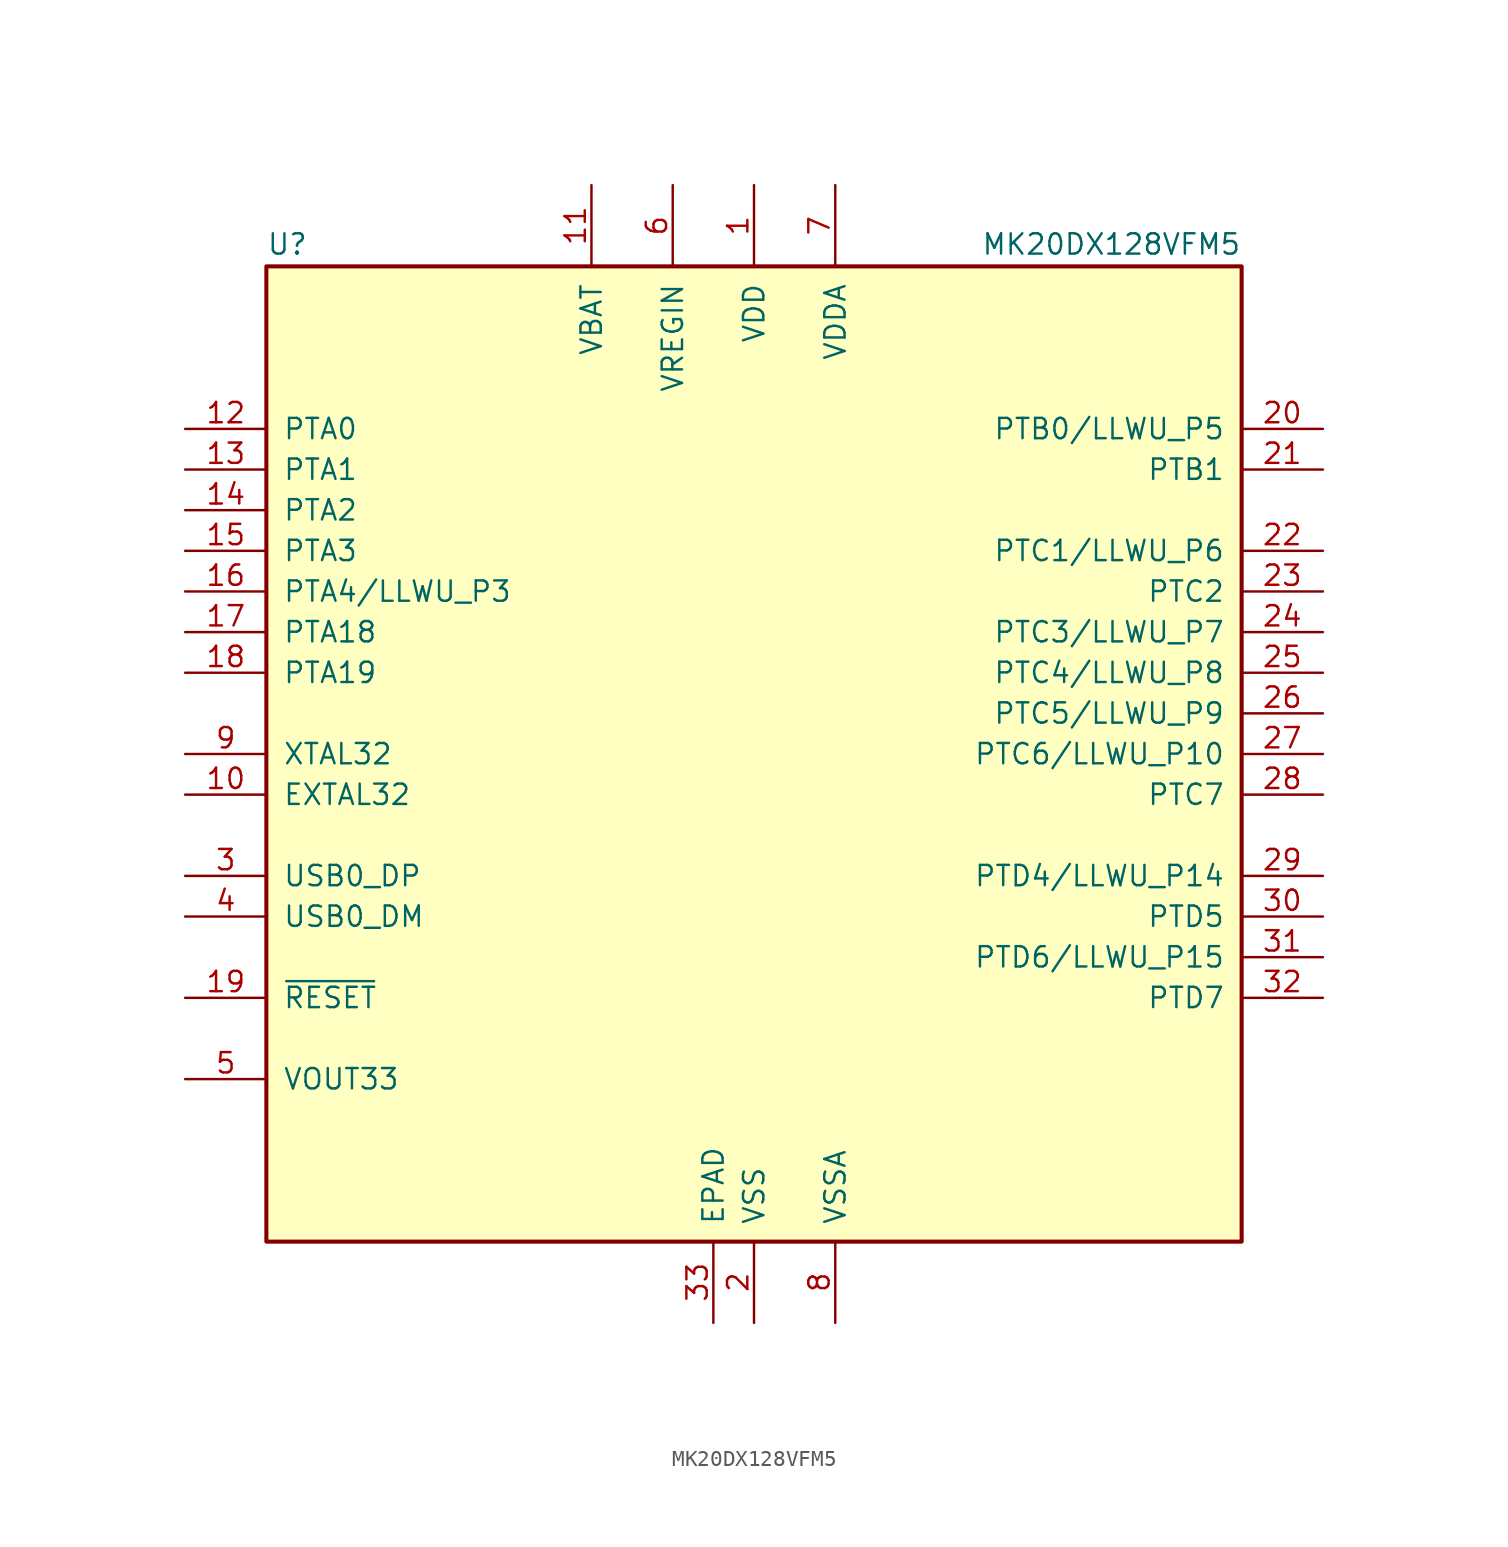
<source format=kicad_sym>
(kicad_symbol_lib
  (version 20231120)
  (generator "kicad_symbol_editor")
  (generator_version "8.0")
  (symbol "MK20DX128VFM5"
    (pin_names
      (offset 1.016))
    (property "Reference" "U"
      (at -30.48 31.115 0)
      (effects (font (size 1.27 1.27)) (justify left bottom)))
    (property "Value" "MK20DX128VFM5"
      (at 30.48 31.115 0)
      (effects (font (size 1.27 1.27)) (justify right bottom)))
    (symbol "MK20DX128VFM5_0_1"
      (rectangle (start -30.48 30.48) (end 30.48 -30.48) (stroke (width 0.254) (type default)) (fill (type background)))
      (pin power_in line (at 0 35.56 270) (length 5.08) (name "VDD" (effects (font (size 1.27 1.27)))) (number "1" (effects (font (size 1.27 1.27)))))
      (pin input line (at -35.56 -2.54 0) (length 5.08) (name "EXTAL32" (effects (font (size 1.27 1.27)))) (number "10" (effects (font (size 1.27 1.27)))))
      (pin power_in line (at -10.16 35.56 270) (length 5.08) (name "VBAT" (effects (font (size 1.27 1.27)))) (number "11" (effects (font (size 1.27 1.27)))))
      (pin bidirectional line (at -35.56 20.32 0) (length 5.08) (name "PTA0" (effects (font (size 1.27 1.27)))) (number "12" (effects (font (size 1.27 1.27)))))
      (pin bidirectional line (at -35.56 17.78 0) (length 5.08) (name "PTA1" (effects (font (size 1.27 1.27)))) (number "13" (effects (font (size 1.27 1.27)))))
      (pin bidirectional line (at -35.56 15.24 0) (length 5.08) (name "PTA2" (effects (font (size 1.27 1.27)))) (number "14" (effects (font (size 1.27 1.27)))))
      (pin bidirectional line (at -35.56 12.7 0) (length 5.08) (name "PTA3" (effects (font (size 1.27 1.27)))) (number "15" (effects (font (size 1.27 1.27)))))
      (pin bidirectional line (at -35.56 10.16 0) (length 5.08) (name "PTA4/LLWU_P3" (effects (font (size 1.27 1.27)))) (number "16" (effects (font (size 1.27 1.27)))))
      (pin bidirectional line (at -35.56 7.62 0) (length 5.08) (name "PTA18" (effects (font (size 1.27 1.27)))) (number "17" (effects (font (size 1.27 1.27)))))
      (pin bidirectional line (at -35.56 5.08 0) (length 5.08) (name "PTA19" (effects (font (size 1.27 1.27)))) (number "18" (effects (font (size 1.27 1.27)))))
      (pin input line (at -35.56 -15.24 0) (length 5.08) (name "~{RESET}" (effects (font (size 1.27 1.27)))) (number "19" (effects (font (size 1.27 1.27)))))
      (pin power_in line (at 0 -35.56 90) (length 5.08) (name "VSS" (effects (font (size 1.27 1.27)))) (number "2" (effects (font (size 1.27 1.27)))))
      (pin bidirectional line (at 35.56 20.32 180) (length 5.08) (name "PTB0/LLWU_P5" (effects (font (size 1.27 1.27)))) (number "20" (effects (font (size 1.27 1.27)))))
      (pin bidirectional line (at 35.56 17.78 180) (length 5.08) (name "PTB1" (effects (font (size 1.27 1.27)))) (number "21" (effects (font (size 1.27 1.27)))))
      (pin bidirectional line (at 35.56 12.7 180) (length 5.08) (name "PTC1/LLWU_P6" (effects (font (size 1.27 1.27)))) (number "22" (effects (font (size 1.27 1.27)))))
      (pin bidirectional line (at 35.56 10.16 180) (length 5.08) (name "PTC2" (effects (font (size 1.27 1.27)))) (number "23" (effects (font (size 1.27 1.27)))))
      (pin bidirectional line (at 35.56 7.62 180) (length 5.08) (name "PTC3/LLWU_P7" (effects (font (size 1.27 1.27)))) (number "24" (effects (font (size 1.27 1.27)))))
      (pin bidirectional line (at 35.56 5.08 180) (length 5.08) (name "PTC4/LLWU_P8" (effects (font (size 1.27 1.27)))) (number "25" (effects (font (size 1.27 1.27)))))
      (pin bidirectional line (at 35.56 2.54 180) (length 5.08) (name "PTC5/LLWU_P9" (effects (font (size 1.27 1.27)))) (number "26" (effects (font (size 1.27 1.27)))))
      (pin bidirectional line (at 35.56 0 180) (length 5.08) (name "PTC6/LLWU_P10" (effects (font (size 1.27 1.27)))) (number "27" (effects (font (size 1.27 1.27)))))
      (pin bidirectional line (at 35.56 -2.54 180) (length 5.08) (name "PTC7" (effects (font (size 1.27 1.27)))) (number "28" (effects (font (size 1.27 1.27)))))
      (pin bidirectional line (at 35.56 -7.62 180) (length 5.08) (name "PTD4/LLWU_P14" (effects (font (size 1.27 1.27)))) (number "29" (effects (font (size 1.27 1.27)))))
      (pin bidirectional line (at -35.56 -7.62 0) (length 5.08) (name "USB0_DP" (effects (font (size 1.27 1.27)))) (number "3" (effects (font (size 1.27 1.27)))))
      (pin bidirectional line (at 35.56 -10.16 180) (length 5.08) (name "PTD5" (effects (font (size 1.27 1.27)))) (number "30" (effects (font (size 1.27 1.27)))))
      (pin bidirectional line (at 35.56 -12.7 180) (length 5.08) (name "PTD6/LLWU_P15" (effects (font (size 1.27 1.27)))) (number "31" (effects (font (size 1.27 1.27)))))
      (pin bidirectional line (at 35.56 -15.24 180) (length 5.08) (name "PTD7" (effects (font (size 1.27 1.27)))) (number "32" (effects (font (size 1.27 1.27)))))
      (pin power_out line (at -35.56 -20.32 0) (length 5.08) (name "VOUT33" (effects (font (size 1.27 1.27)))) (number "5" (effects (font (size 1.27 1.27)))))
      (pin power_in line (at -5.08 35.56 270) (length 5.08) (name "VREGIN" (effects (font (size 1.27 1.27)))) (number "6" (effects (font (size 1.27 1.27)))))
      (pin power_in line (at 5.08 35.56 270) (length 5.08) (name "VDDA" (effects (font (size 1.27 1.27)))) (number "7" (effects (font (size 1.27 1.27)))))
      (pin power_in line (at 5.08 -35.56 90) (length 5.08) (name "VSSA" (effects (font (size 1.27 1.27)))) (number "8" (effects (font (size 1.27 1.27)))))
      (pin input line (at -35.56 0 0) (length 5.08) (name "XTAL32" (effects (font (size 1.27 1.27)))) (number "9" (effects (font (size 1.27 1.27))))))
    (symbol "MK20DX128VFM5_1_1"
      (pin power_in line (at -2.54 -35.56 90) (length 5.08) (name "EPAD" (effects (font (size 1.27 1.27)))) (number "33" (effects (font (size 1.27 1.27)))))
      (pin bidirectional line (at -35.56 -10.16 0) (length 5.08) (name "USB0_DM" (effects (font (size 1.27 1.27)))) (number "4" (effects (font (size 1.27 1.27))))))))
</source>
